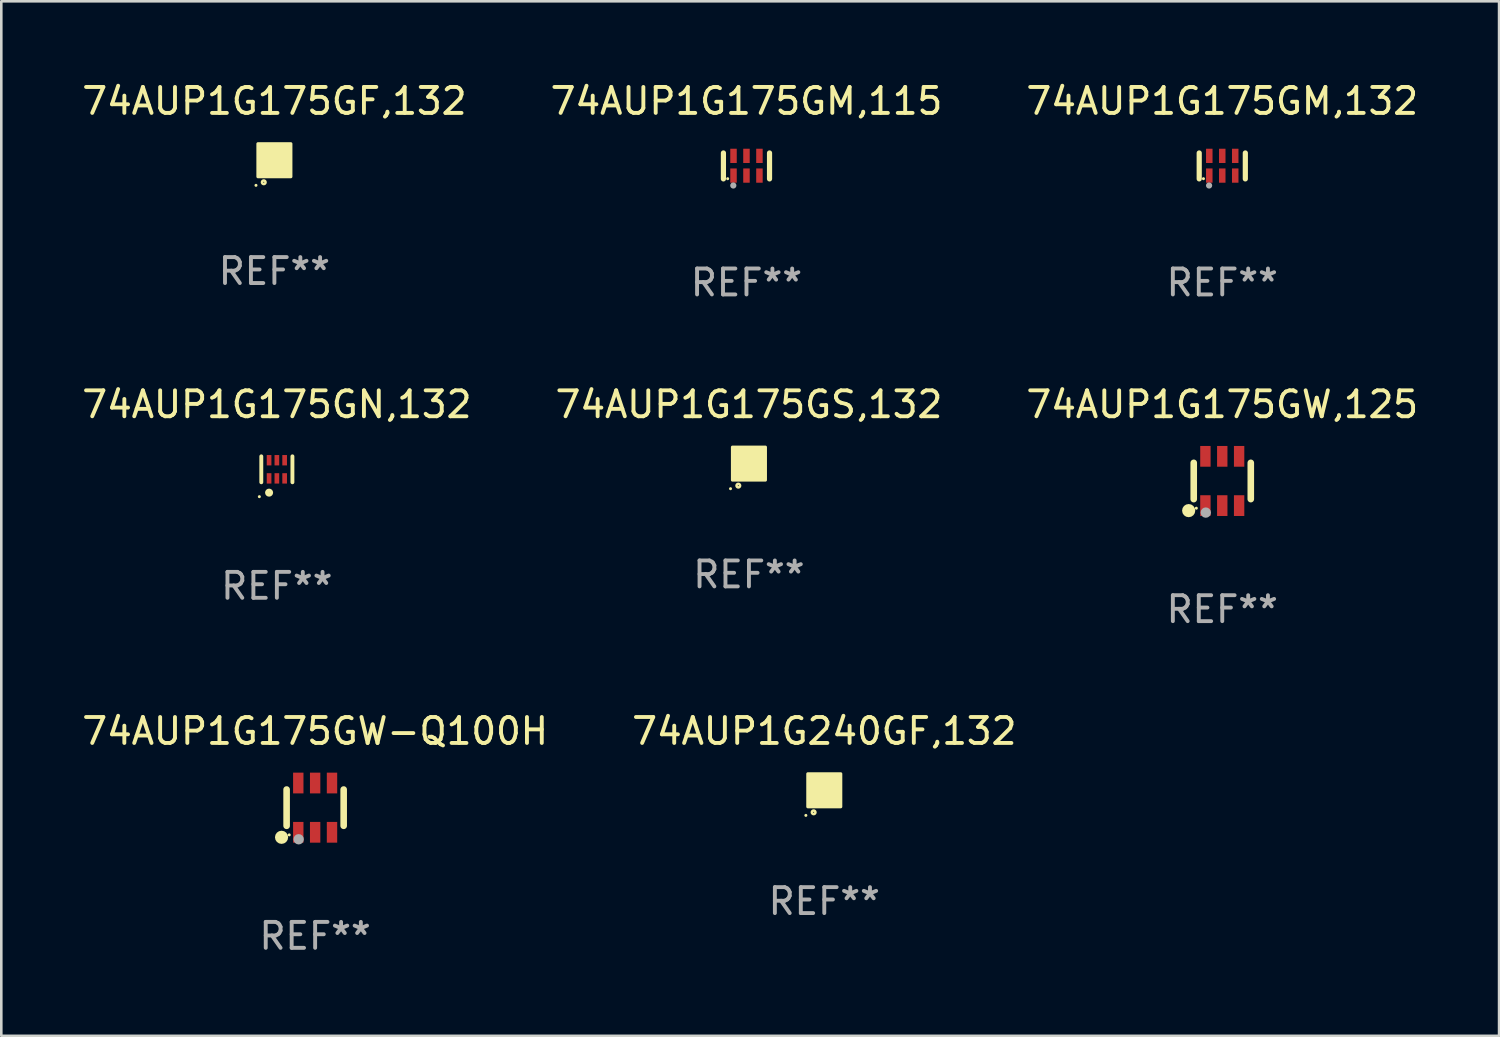
<source format=kicad_pcb>
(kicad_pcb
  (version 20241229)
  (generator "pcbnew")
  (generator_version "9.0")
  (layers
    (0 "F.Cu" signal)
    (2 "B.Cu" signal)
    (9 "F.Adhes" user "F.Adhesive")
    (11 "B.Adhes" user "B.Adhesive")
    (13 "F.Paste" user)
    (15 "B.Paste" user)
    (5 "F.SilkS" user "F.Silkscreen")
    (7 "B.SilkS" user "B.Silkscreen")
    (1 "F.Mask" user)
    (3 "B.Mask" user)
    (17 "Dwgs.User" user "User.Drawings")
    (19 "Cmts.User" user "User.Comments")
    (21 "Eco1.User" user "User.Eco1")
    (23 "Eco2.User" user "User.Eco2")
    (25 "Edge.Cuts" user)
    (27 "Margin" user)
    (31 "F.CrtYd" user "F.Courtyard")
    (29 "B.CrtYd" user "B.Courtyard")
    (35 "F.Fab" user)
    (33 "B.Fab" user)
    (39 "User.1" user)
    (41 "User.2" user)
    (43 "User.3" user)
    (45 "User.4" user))
  (footprint "74AUP1G175GM,115"
    (layer "F.Cu")
    (at 25.732 3.348)
    (property "Reference" "74AUP1G175GM,115" (at 0 -2.5 0) (layer "F.SilkS") (effects (font (size 1 1) (thickness 0.15))))
    (attr through_hole)
    (fp_line (start -0.889 0.5) (end -0.889 -0.5) (stroke (width 0.2) (type solid)) (layer "F.SilkS"))
    (fp_line (start 0.889 0.5) (end 0.889 -0.5) (stroke (width 0.2) (type solid)) (layer "F.SilkS"))
    (fp_circle (center -0.725 0.492) (end -0.695 0.492) (stroke (width 0.06) (type solid)) (fill no) (layer "F.SilkS"))
    (fp_circle (center -0.508 0.754) (end -0.448 0.754) (stroke (width 0.12) (type solid)) (fill no) (layer "F.Fab"))
    (fp_text user "REF**" (at 0 4.5 0) (layer "F.Fab") (effects (font (size 1 1) (thickness 0.15))))
    (pad "1" smd rect (at -0.5 0.372) (size 0.25 0.55) (layers "F.Cu" "F.Mask" "F.Paste"))
    (pad "2" smd rect (at -0.000127 0.372) (size 0.25 0.55) (layers "F.Cu" "F.Mask" "F.Paste"))
    (pad "3" smd rect (at 0.5 0.372) (size 0.25 0.55) (layers "F.Cu" "F.Mask" "F.Paste"))
    (pad "4" smd rect (at 0.5 -0.388 180) (size 0.25 0.55) (layers "F.Cu" "F.Mask" "F.Paste"))
    (pad "5" smd rect (at -0.000127 -0.388 180) (size 0.25 0.55) (layers "F.Cu" "F.Mask" "F.Paste"))
    (pad "6" smd rect (at -0.5 -0.388 180) (size 0.25 0.55) (layers "F.Cu" "F.Mask" "F.Paste")))
  (footprint "74AUP1G175GW-Q100H"
    (layer "F.Cu")
    (at 9.101 28.091)
    (property "Reference" "74AUP1G175GW-Q100H" (at 0 -2.95 0) (layer "F.SilkS") (effects (font (size 1 1) (thickness 0.15))))
    (attr through_hole)
    (fp_line (start -1.1 -0.7) (end -1.1 0.7) (stroke (width 0.254) (type solid)) (layer "F.SilkS"))
    (fp_line (start 1.1 -0.7) (end 1.1 0.7) (stroke (width 0.254) (type solid)) (layer "F.SilkS"))
    (fp_circle (center -1.295 1.143) (end -1.168 1.143) (stroke (width 0.254) (type solid)) (fill no) (layer "F.SilkS"))
    (fp_circle (center -1 1.05) (end -0.97 1.05) (stroke (width 0.06) (type solid)) (fill no) (layer "F.SilkS"))
    (fp_circle (center -0.635 1.219) (end -0.535 1.219) (stroke (width 0.2) (type solid)) (fill no) (layer "F.Fab"))
    (fp_text user "REF**" (at 0 4.95 0) (layer "F.Fab") (effects (font (size 1 1) (thickness 0.15))))
    (pad "1" smd rect (at -0.65 0.95) (size 0.4 0.8) (layers "F.Cu" "F.Mask" "F.Paste"))
    (pad "2" smd rect (at 0 0.95) (size 0.4 0.8) (layers "F.Cu" "F.Mask" "F.Paste"))
    (pad "3" smd rect (at 0.65 0.95) (size 0.4 0.8) (layers "F.Cu" "F.Mask" "F.Paste"))
    (pad "4" smd rect (at 0.65 -0.95) (size 0.4 0.8) (layers "F.Cu" "F.Mask" "F.Paste"))
    (pad "5" smd rect (at 0 -0.95) (size 0.4 0.8) (layers "F.Cu" "F.Mask" "F.Paste"))
    (pad "6" smd rect (at -0.65 -0.95) (size 0.4 0.8) (layers "F.Cu" "F.Mask" "F.Paste")))
  (footprint "74AUP1G175GN,132"
    (layer "F.Cu")
    (at 7.625 15.045)
    (property "Reference" "74AUP1G175GN,132" (at 0 -2.5 0) (layer "F.SilkS") (effects (font (size 1 1) (thickness 0.15))))
    (attr through_hole)
    (fp_line (start -0.6 -0.5) (end -0.6 0.5) (stroke (width 0.15) (type solid)) (layer "F.SilkS"))
    (fp_line (start 0.6 0.5) (end 0.6 -0.5) (stroke (width 0.15) (type solid)) (layer "F.SilkS"))
    (fp_circle (center -0.675 1.055) (end -0.645 1.055) (stroke (width 0.06) (type solid)) (fill no) (layer "F.SilkS"))
    (fp_circle (center -0.3 0.9) (end -0.22 0.9) (stroke (width 0.15) (type solid)) (fill no) (layer "F.SilkS"))
    (fp_text user "REF**" (at 0 4.5 0) (layer "F.Fab") (effects (font (size 1 1) (thickness 0.15))))
    (pad "1" smd rect (at -0.3 0.35) (size 0.18 0.4) (layers "F.Cu" "F.Mask" "F.Paste"))
    (pad "2" smd rect (at 0.000025 0.35) (size 0.18 0.4) (layers "F.Cu" "F.Mask" "F.Paste"))
    (pad "3" smd rect (at 0.3 0.35) (size 0.18 0.4) (layers "F.Cu" "F.Mask" "F.Paste"))
    (pad "4" smd rect (at 0.3 -0.35) (size 0.18 0.4) (layers "F.Cu" "F.Mask" "F.Paste"))
    (pad "5" smd rect (at 0.000025 -0.35) (size 0.18 0.4) (layers "F.Cu" "F.Mask" "F.Paste"))
    (pad "6" smd rect (at -0.3 -0.35) (size 0.18 0.4) (layers "F.Cu" "F.Mask" "F.Paste")))
  (footprint "74AUP1G175GW,125"
    (layer "F.Cu")
    (at 44.077 15.495)
    (property "Reference" "74AUP1G175GW,125" (at 0 -2.95 0) (layer "F.SilkS") (effects (font (size 1 1) (thickness 0.15))))
    (attr through_hole)
    (fp_line (start -1.1 -0.7) (end -1.1 0.7) (stroke (width 0.254) (type solid)) (layer "F.SilkS"))
    (fp_line (start 1.1 -0.7) (end 1.1 0.7) (stroke (width 0.254) (type solid)) (layer "F.SilkS"))
    (fp_circle (center -1.295 1.143) (end -1.168 1.143) (stroke (width 0.254) (type solid)) (fill no) (layer "F.SilkS"))
    (fp_circle (center -1 1.05) (end -0.97 1.05) (stroke (width 0.06) (type solid)) (fill no) (layer "F.SilkS"))
    (fp_circle (center -0.635 1.219) (end -0.535 1.219) (stroke (width 0.2) (type solid)) (fill no) (layer "F.Fab"))
    (fp_text user "REF**" (at 0 4.95 0) (layer "F.Fab") (effects (font (size 1 1) (thickness 0.15))))
    (pad "1" smd rect (at -0.65 0.95) (size 0.4 0.8) (layers "F.Cu" "F.Mask" "F.Paste"))
    (pad "2" smd rect (at 0 0.95) (size 0.4 0.8) (layers "F.Cu" "F.Mask" "F.Paste"))
    (pad "3" smd rect (at 0.65 0.95) (size 0.4 0.8) (layers "F.Cu" "F.Mask" "F.Paste"))
    (pad "4" smd rect (at 0.65 -0.95) (size 0.4 0.8) (layers "F.Cu" "F.Mask" "F.Paste"))
    (pad "5" smd rect (at 0 -0.95) (size 0.4 0.8) (layers "F.Cu" "F.Mask" "F.Paste"))
    (pad "6" smd rect (at -0.65 -0.95) (size 0.4 0.8) (layers "F.Cu" "F.Mask" "F.Paste")))
  (footprint "74AUP1G175GM,132"
    (layer "F.Cu")
    (at 44.077 3.348)
    (property "Reference" "74AUP1G175GM,132" (at 0 -2.5 0) (layer "F.SilkS") (effects (font (size 1 1) (thickness 0.15))))
    (attr through_hole)
    (fp_line (start -0.889 0.5) (end -0.889 -0.5) (stroke (width 0.2) (type solid)) (layer "F.SilkS"))
    (fp_line (start 0.889 0.5) (end 0.889 -0.5) (stroke (width 0.2) (type solid)) (layer "F.SilkS"))
    (fp_circle (center -0.725 0.492) (end -0.695 0.492) (stroke (width 0.06) (type solid)) (fill no) (layer "F.SilkS"))
    (fp_circle (center -0.508 0.754) (end -0.448 0.754) (stroke (width 0.12) (type solid)) (fill no) (layer "F.Fab"))
    (fp_text user "REF**" (at 0 4.5 0) (layer "F.Fab") (effects (font (size 1 1) (thickness 0.15))))
    (pad "1" smd rect (at -0.5 0.372) (size 0.25 0.55) (layers "F.Cu" "F.Mask" "F.Paste"))
    (pad "2" smd rect (at -0.000127 0.372) (size 0.25 0.55) (layers "F.Cu" "F.Mask" "F.Paste"))
    (pad "3" smd rect (at 0.5 0.372) (size 0.25 0.55) (layers "F.Cu" "F.Mask" "F.Paste"))
    (pad "4" smd rect (at 0.5 -0.388 180) (size 0.25 0.55) (layers "F.Cu" "F.Mask" "F.Paste"))
    (pad "5" smd rect (at -0.000127 -0.388 180) (size 0.25 0.55) (layers "F.Cu" "F.Mask" "F.Paste"))
    (pad "6" smd rect (at -0.5 -0.388 180) (size 0.25 0.55) (layers "F.Cu" "F.Mask" "F.Paste")))
  (footprint "74AUP1G240GF,132"
    (layer "F.Cu")
    (at 28.732 27.421)
    (property "Reference" "74AUP1G240GF,132" (at 0 -2.28 0) (layer "F.SilkS") (effects (font (size 1 1) (thickness 0.15))))
    (attr through_hole)
    (fp_circle (center -0.71 0.968) (end -0.68 0.968) (stroke (width 0.06) (type solid)) (fill no) (layer "F.SilkS"))
    (fp_circle (center -0.41 0.85) (end -0.342 0.85) (stroke (width 0.1) (type solid)) (fill no) (layer "F.SilkS"))
    (fp_poly (pts (xy -0.635 -0.635) (xy 0.635 -0.635) (xy 0.635 0.635) (xy -0.635 0.635)) (stroke (width 0.12) (type solid)) (fill yes) (layer "F.SilkS"))
    (fp_text user "REF**" (at 0 4.28 0) (layer "F.Fab") (effects (font (size 1 1) (thickness 0.15))))
    (pad "1" smd rect (at -0.35 0.28 90) (size 0.35 0.2) (layers "F.Cu" "F.Mask" "F.Paste"))
    (pad "2" smd rect (at 0 0.28 90) (size 0.35 0.2) (layers "F.Cu" "F.Mask" "F.Paste"))
    (pad "3" smd rect (at 0.35 0.28 90) (size 0.35 0.2) (layers "F.Cu" "F.Mask" "F.Paste"))
    (pad "4" smd rect (at 0.35 -0.28 90) (size 0.35 0.2) (layers "F.Cu" "F.Mask" "F.Paste"))
    (pad "5" smd rect (at 0 -0.28 90) (size 0.35 0.2) (layers "F.Cu" "F.Mask" "F.Paste"))
    (pad "6" smd rect (at -0.35 -0.28 90) (size 0.35 0.2) (layers "F.Cu" "F.Mask" "F.Paste")))
  (footprint "74AUP1G175GS,132"
    (layer "F.Cu")
    (at 25.827 14.825)
    (property "Reference" "74AUP1G175GS,132" (at 0 -2.28 0) (layer "F.SilkS") (effects (font (size 1 1) (thickness 0.15))))
    (attr through_hole)
    (fp_circle (center -0.71 0.968) (end -0.68 0.968) (stroke (width 0.06) (type solid)) (fill no) (layer "F.SilkS"))
    (fp_circle (center -0.41 0.85) (end -0.342 0.85) (stroke (width 0.1) (type solid)) (fill no) (layer "F.SilkS"))
    (fp_poly (pts (xy -0.635 -0.635) (xy 0.635 -0.635) (xy 0.635 0.635) (xy -0.635 0.635)) (stroke (width 0.12) (type solid)) (fill yes) (layer "F.SilkS"))
    (fp_text user "REF**" (at 0 4.28 0) (layer "F.Fab") (effects (font (size 1 1) (thickness 0.15))))
    (pad "1" smd rect (at -0.35 0.28 90) (size 0.35 0.2) (layers "F.Cu" "F.Mask" "F.Paste"))
    (pad "2" smd rect (at 0 0.28 90) (size 0.35 0.2) (layers "F.Cu" "F.Mask" "F.Paste"))
    (pad "3" smd rect (at 0.35 0.28 90) (size 0.35 0.2) (layers "F.Cu" "F.Mask" "F.Paste"))
    (pad "4" smd rect (at 0.35 -0.28 90) (size 0.35 0.2) (layers "F.Cu" "F.Mask" "F.Paste"))
    (pad "5" smd rect (at 0 -0.28 90) (size 0.35 0.2) (layers "F.Cu" "F.Mask" "F.Paste"))
    (pad "6" smd rect (at -0.35 -0.28 90) (size 0.35 0.2) (layers "F.Cu" "F.Mask" "F.Paste")))
  (footprint "74AUP1G175GF,132"
    (layer "F.Cu")
    (at 7.53 3.128)
    (property "Reference" "74AUP1G175GF,132" (at 0 -2.28 0) (layer "F.SilkS") (effects (font (size 1 1) (thickness 0.15))))
    (attr through_hole)
    (fp_circle (center -0.71 0.968) (end -0.68 0.968) (stroke (width 0.06) (type solid)) (fill no) (layer "F.SilkS"))
    (fp_circle (center -0.41 0.85) (end -0.342 0.85) (stroke (width 0.1) (type solid)) (fill no) (layer "F.SilkS"))
    (fp_poly (pts (xy -0.635 -0.635) (xy 0.635 -0.635) (xy 0.635 0.635) (xy -0.635 0.635)) (stroke (width 0.12) (type solid)) (fill yes) (layer "F.SilkS"))
    (fp_text user "REF**" (at 0 4.28 0) (layer "F.Fab") (effects (font (size 1 1) (thickness 0.15))))
    (pad "1" smd rect (at -0.35 0.28 90) (size 0.35 0.2) (layers "F.Cu" "F.Mask" "F.Paste"))
    (pad "2" smd rect (at 0 0.28 90) (size 0.35 0.2) (layers "F.Cu" "F.Mask" "F.Paste"))
    (pad "3" smd rect (at 0.35 0.28 90) (size 0.35 0.2) (layers "F.Cu" "F.Mask" "F.Paste"))
    (pad "4" smd rect (at 0.35 -0.28 90) (size 0.35 0.2) (layers "F.Cu" "F.Mask" "F.Paste"))
    (pad "5" smd rect (at 0 -0.28 90) (size 0.35 0.2) (layers "F.Cu" "F.Mask" "F.Paste"))
    (pad "6" smd rect (at -0.35 -0.28 90) (size 0.35 0.2) (layers "F.Cu" "F.Mask" "F.Paste")))
  (gr_rect
    (start -3 -3)
    (end 54.75 36.889)
    (stroke (width 0.1) (type default))
    (fill no)
    (layer "Edge.Cuts")))
</source>
